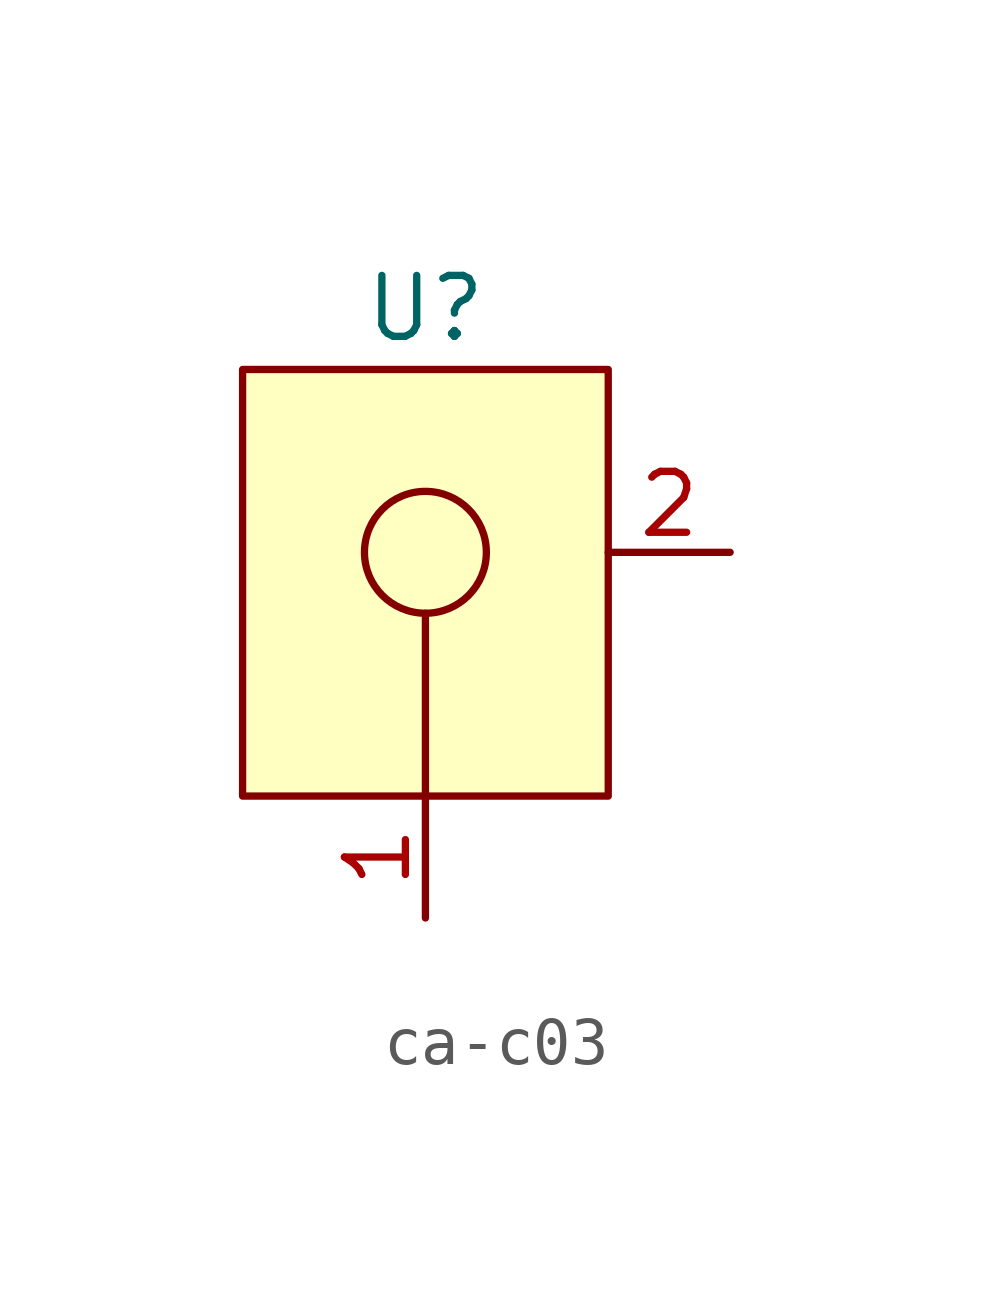
<source format=kicad_sym>
(kicad_symbol_lib
  (version 20220914)
  (generator kicad_symbol_editor)
  (symbol "ca-c03"
    (property "Reference" "U"
      (at 0 5.08 0)
      (effects (font (size 1.27 1.27))))
    (property "Value" ""
      (at 0 0 0)
      (effects (font (size 1.27 1.27))))
    (symbol "ca-c03_0_1"
      (circle (center 0 0) (radius 1.27) (stroke (width 0) (type default)) (fill (type none))))
    (symbol "ca-c03_1_1"
      (rectangle (start -3.81 3.81) (end 3.81 -5.08) (stroke (width 0) (type default)) (fill (type background)))
      (polyline (pts (xy 0 -1.27) (xy 0 -5.08)) (stroke (width 0) (type default)) (fill (type none)))
      (pin input line (at 0 -7.62 90) (length 2.54) (name "" (effects (font (size 1.27 1.27)))) (number "1" (effects (font (size 1.27 1.27)))))
      (pin input line (at 6.35 0 180) (length 2.54) (name "" (effects (font (size 1.27 1.27)))) (number "2" (effects (font (size 1.27 1.27))))))))
</source>
